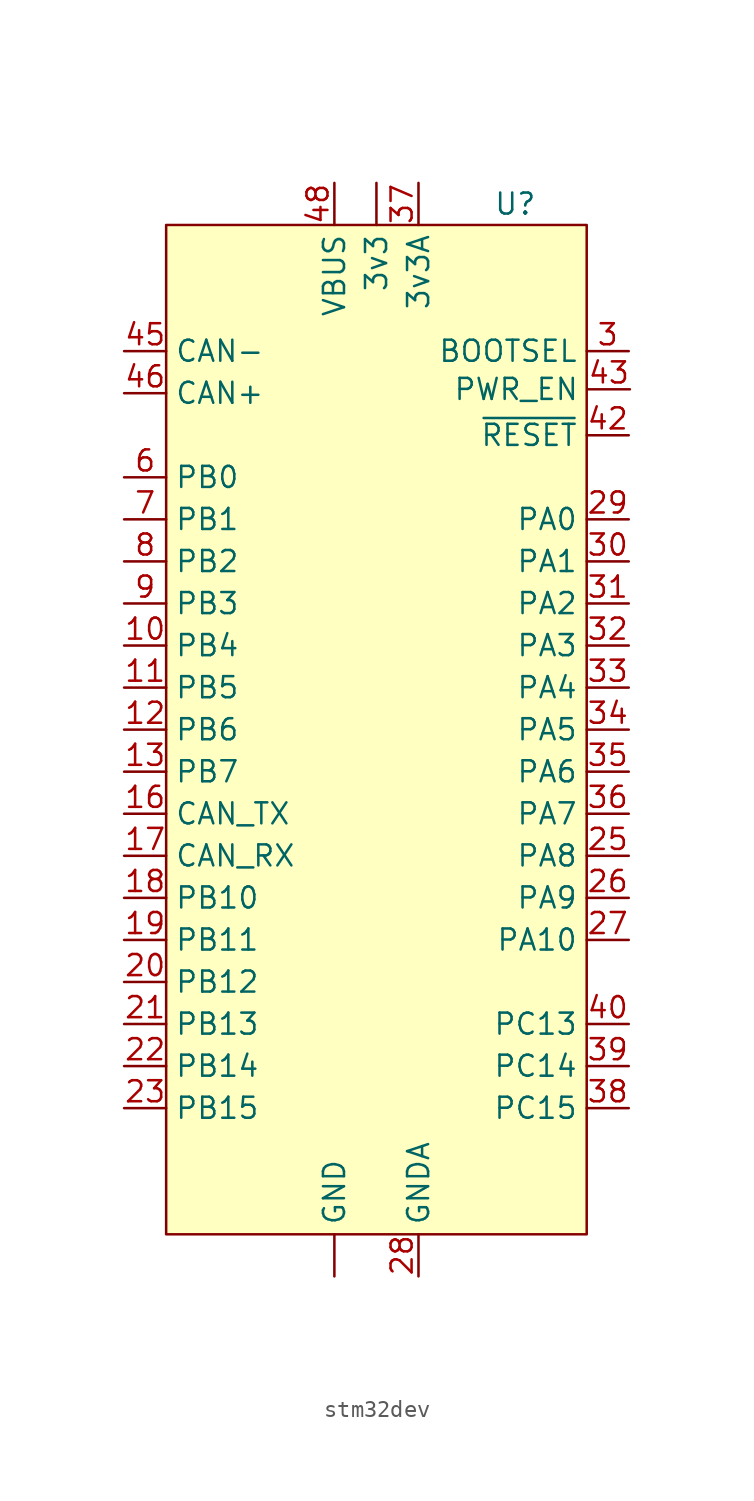
<source format=kicad_sym>
(kicad_symbol_lib
  (version 20231120)
  (generator "kicad_symbol_editor")
  (generator_version "8.0")
  (symbol "stm32dev"
    (property "Reference" "U"
      (at 8.382 31.75 0)
      (effects (font (size 1.27 1.27))))
    (property "Value" ""
      (at 15.107 18.906 0)
      (effects (font (size 1.27 1.27))))
    (symbol "stm32dev_1_1"
      (rectangle (start -12.7 30.48) (end 12.7 -30.48) (stroke (width 0) (type default)) (fill (type background)))
      (pin power_out line (at 0 33.02 270) (length 2.54) (name "3v3" (effects (font (size 1.27 1.27)))) (number "" (effects (font (size 1.27 1.27)))))
      (pin power_in line (at -2.54 -33.02 90) (length 2.54) (name "GND" (effects (font (size 1.27 1.27)))) (number "" (effects (font (size 1.27 1.27)))))
      (pin input line (at -2.54 -33.02 90) (length 2.54) hide (name "GND" (effects (font (size 1.27 1.27)))) (number "1" (effects (font (size 1.27 1.27)))))
      (pin bidirectional line (at -15.24 5.08 0) (length 2.54) (name "PB4" (effects (font (size 1.27 1.27)))) (number "10" (effects (font (size 1.27 1.27)))))
      (pin bidirectional line (at -15.24 2.54 0) (length 2.54) (name "PB5" (effects (font (size 1.27 1.27)))) (number "11" (effects (font (size 1.27 1.27)))))
      (pin bidirectional line (at -15.24 0 0) (length 2.54) (name "PB6" (effects (font (size 1.27 1.27)))) (number "12" (effects (font (size 1.27 1.27)))))
      (pin bidirectional line (at -15.24 -2.54 0) (length 2.54) (name "PB7" (effects (font (size 1.27 1.27)))) (number "13" (effects (font (size 1.27 1.27)))))
      (pin input line (at 0 33.02 270) (length 2.54) hide (name "3v3" (effects (font (size 1.27 1.27)))) (number "14" (effects (font (size 1.27 1.27)))))
      (pin input line (at -2.54 -33.02 90) (length 2.54) hide (name "GND" (effects (font (size 1.27 1.27)))) (number "15" (effects (font (size 1.27 1.27)))))
      (pin bidirectional line (at -15.24 -5.08 0) (length 2.54) (name "CAN_TX" (effects (font (size 1.27 1.27)))) (number "16" (effects (font (size 1.27 1.27)))) (alternate "PB8" input line))
      (pin bidirectional line (at -15.24 -7.62 0) (length 2.54) (name "CAN_RX" (effects (font (size 1.27 1.27)))) (number "17" (effects (font (size 1.27 1.27)))) (alternate "PB9" input line))
      (pin bidirectional line (at -15.24 -10.16 0) (length 2.54) (name "PB10" (effects (font (size 1.27 1.27)))) (number "18" (effects (font (size 1.27 1.27)))))
      (pin bidirectional line (at -15.24 -12.7 0) (length 2.54) (name "PB11" (effects (font (size 1.27 1.27)))) (number "19" (effects (font (size 1.27 1.27)))))
      (pin input line (at -2.54 -33.02 90) (length 2.54) hide (name "GND" (effects (font (size 1.27 1.27)))) (number "2" (effects (font (size 1.27 1.27)))))
      (pin bidirectional line (at -15.24 -15.24 0) (length 2.54) (name "PB12" (effects (font (size 1.27 1.27)))) (number "20" (effects (font (size 1.27 1.27)))))
      (pin bidirectional line (at -15.24 -17.78 0) (length 2.54) (name "PB13" (effects (font (size 1.27 1.27)))) (number "21" (effects (font (size 1.27 1.27)))))
      (pin bidirectional line (at -15.24 -20.32 0) (length 2.54) (name "PB14" (effects (font (size 1.27 1.27)))) (number "22" (effects (font (size 1.27 1.27)))))
      (pin bidirectional line (at -15.24 -22.86 0) (length 2.54) (name "PB15" (effects (font (size 1.27 1.27)))) (number "23" (effects (font (size 1.27 1.27)))))
      (pin input line (at 0 33.02 270) (length 2.54) hide (name "3v3" (effects (font (size 1.27 1.27)))) (number "24" (effects (font (size 1.27 1.27)))))
      (pin bidirectional line (at 15.24 -7.62 180) (length 2.54) (name "PA8" (effects (font (size 1.27 1.27)))) (number "25" (effects (font (size 1.27 1.27)))))
      (pin bidirectional line (at 15.24 -10.16 180) (length 2.54) (name "PA9" (effects (font (size 1.27 1.27)))) (number "26" (effects (font (size 1.27 1.27)))))
      (pin bidirectional line (at 15.24 -12.7 180) (length 2.54) (name "PA10" (effects (font (size 1.27 1.27)))) (number "27" (effects (font (size 1.27 1.27)))))
      (pin power_out line (at 2.54 -33.02 90) (length 2.54) (name "GNDA" (effects (font (size 1.27 1.27)))) (number "28" (effects (font (size 1.27 1.27)))))
      (pin bidirectional line (at 15.24 12.7 180) (length 2.54) (name "PA0" (effects (font (size 1.27 1.27)))) (number "29" (effects (font (size 1.27 1.27)))))
      (pin input line (at 15.24 22.86 180) (length 2.54) (name "BOOTSEL" (effects (font (size 1.27 1.27)))) (number "3" (effects (font (size 1.27 1.27)))) (alternate "PF11" input line))
      (pin bidirectional line (at 15.24 10.16 180) (length 2.54) (name "PA1" (effects (font (size 1.27 1.27)))) (number "30" (effects (font (size 1.27 1.27)))))
      (pin bidirectional line (at 15.24 7.62 180) (length 2.54) (name "PA2" (effects (font (size 1.27 1.27)))) (number "31" (effects (font (size 1.27 1.27)))))
      (pin bidirectional line (at 15.24 5.08 180) (length 2.54) (name "PA3" (effects (font (size 1.27 1.27)))) (number "32" (effects (font (size 1.27 1.27)))))
      (pin bidirectional line (at 15.24 2.54 180) (length 2.54) (name "PA4" (effects (font (size 1.27 1.27)))) (number "33" (effects (font (size 1.27 1.27)))))
      (pin bidirectional line (at 15.24 0 180) (length 2.54) (name "PA5" (effects (font (size 1.27 1.27)))) (number "34" (effects (font (size 1.27 1.27)))))
      (pin bidirectional line (at 15.24 -2.54 180) (length 2.54) (name "PA6" (effects (font (size 1.27 1.27)))) (number "35" (effects (font (size 1.27 1.27)))))
      (pin bidirectional line (at 15.24 -5.08 180) (length 2.54) (name "PA7" (effects (font (size 1.27 1.27)))) (number "36" (effects (font (size 1.27 1.27)))))
      (pin power_out line (at 2.54 33.02 270) (length 2.54) (name "3v3A" (effects (font (size 1.27 1.27)))) (number "37" (effects (font (size 1.27 1.27)))))
      (pin bidirectional line (at 15.24 -22.86 180) (length 2.54) (name "PC15" (effects (font (size 1.27 1.27)))) (number "38" (effects (font (size 1.27 1.27)))))
      (pin bidirectional line (at 15.24 -20.32 180) (length 2.54) (name "PC14" (effects (font (size 1.27 1.27)))) (number "39" (effects (font (size 1.27 1.27)))))
      (pin input line (at 0 33.02 270) (length 2.54) hide (name "3v3" (effects (font (size 1.27 1.27)))) (number "4" (effects (font (size 1.27 1.27)))))
      (pin bidirectional line (at 15.24 -17.78 180) (length 2.54) (name "PC13" (effects (font (size 1.27 1.27)))) (number "40" (effects (font (size 1.27 1.27)))))
      (pin input line (at -2.54 -33.02 90) (length 2.54) hide (name "GND" (effects (font (size 1.27 1.27)))) (number "41" (effects (font (size 1.27 1.27)))))
      (pin input line (at 15.24 17.78 180) (length 2.54) (name "~{RESET}" (effects (font (size 1.27 1.27)))) (number "42" (effects (font (size 1.27 1.27)))))
      (pin input line (at 15.309 20.555 180) (length 2.54) (name "PWR_EN" (effects (font (size 1.27 1.27)))) (number "43" (effects (font (size 1.27 1.27)))))
      (pin input line (at 0 33.02 270) (length 2.54) hide (name "3v3" (effects (font (size 1.27 1.27)))) (number "44" (effects (font (size 1.27 1.27)))))
      (pin bidirectional line (at -15.24 22.86 0) (length 2.54) (name "CAN-" (effects (font (size 1.27 1.27)))) (number "45" (effects (font (size 1.27 1.27)))))
      (pin bidirectional line (at -15.24 20.32 0) (length 2.54) (name "CAN+" (effects (font (size 1.27 1.27)))) (number "46" (effects (font (size 1.27 1.27)))))
      (pin input line (at -2.54 -33.02 90) (length 2.54) hide (name "GND" (effects (font (size 1.27 1.27)))) (number "47" (effects (font (size 1.27 1.27)))))
      (pin power_in line (at -2.54 33.02 270) (length 2.54) (name "VBUS" (effects (font (size 1.27 1.27)))) (number "48" (effects (font (size 1.27 1.27)))))
      (pin input line (at 0 33.02 270) (length 2.54) hide (name "3v3" (effects (font (size 1.27 1.27)))) (number "5" (effects (font (size 1.27 1.27)))))
      (pin bidirectional line (at -15.24 15.24 0) (length 2.54) (name "PB0" (effects (font (size 1.27 1.27)))) (number "6" (effects (font (size 1.27 1.27)))))
      (pin bidirectional line (at -15.24 12.7 0) (length 2.54) (name "PB1" (effects (font (size 1.27 1.27)))) (number "7" (effects (font (size 1.27 1.27)))))
      (pin bidirectional line (at -15.24 10.16 0) (length 2.54) (name "PB2" (effects (font (size 1.27 1.27)))) (number "8" (effects (font (size 1.27 1.27)))))
      (pin bidirectional line (at -15.24 7.62 0) (length 2.54) (name "PB3" (effects (font (size 1.27 1.27)))) (number "9" (effects (font (size 1.27 1.27))))))))
</source>
